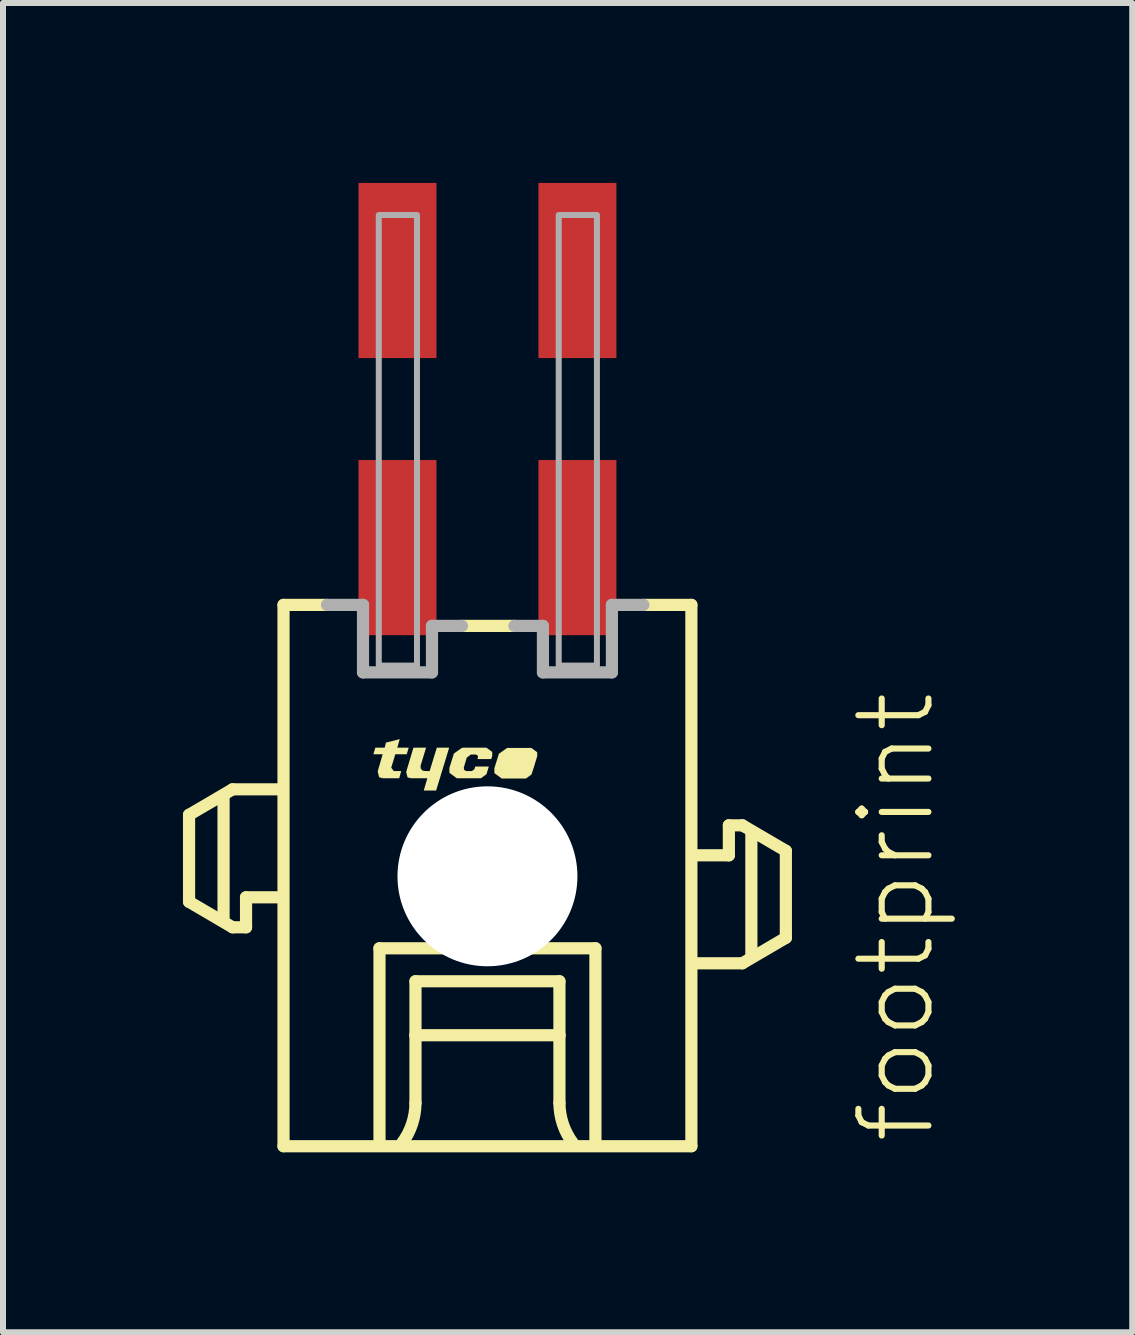
<source format=kicad_pcb>
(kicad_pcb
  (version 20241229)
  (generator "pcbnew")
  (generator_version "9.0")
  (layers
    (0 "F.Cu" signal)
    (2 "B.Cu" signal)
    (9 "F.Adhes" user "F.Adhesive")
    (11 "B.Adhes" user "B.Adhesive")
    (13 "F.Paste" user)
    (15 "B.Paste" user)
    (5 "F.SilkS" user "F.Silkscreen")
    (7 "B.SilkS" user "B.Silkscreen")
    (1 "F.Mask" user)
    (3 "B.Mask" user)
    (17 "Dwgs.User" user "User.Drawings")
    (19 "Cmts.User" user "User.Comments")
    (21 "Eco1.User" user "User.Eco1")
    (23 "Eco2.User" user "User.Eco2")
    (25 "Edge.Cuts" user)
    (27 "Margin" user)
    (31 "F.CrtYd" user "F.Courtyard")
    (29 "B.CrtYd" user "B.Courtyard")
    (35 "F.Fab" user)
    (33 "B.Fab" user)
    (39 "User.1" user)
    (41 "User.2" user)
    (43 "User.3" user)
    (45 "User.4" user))
  (footprint "footprint"
    (layer "F.Cu")
    (at 5.077 11.56)
    (property "Reference" "footprint" (at 7.5 4.5 90) (layer "F.SilkS") (effects (font (size 1.168 1.168) (thickness 0.102)) (justify left bottom)))
    (fp_line (start -4.975 -1.025) (end -4.975 0.425) (stroke (width 0.203) (type solid)) (layer "F.SilkS"))
    (fp_line (start -4.975 0.425) (end -4.25 0.85) (stroke (width 0.203) (type solid)) (layer "F.SilkS"))
    (fp_line (start -4.4 0.7) (end -4.4 -1.3) (stroke (width 0.203) (type solid)) (layer "F.SilkS"))
    (fp_line (start -4.25 -1.45) (end -4.975 -1.025) (stroke (width 0.203) (type solid)) (layer "F.SilkS"))
    (fp_line (start -4.25 0.85) (end -4.025 0.85) (stroke (width 0.203) (type solid)) (layer "F.SilkS"))
    (fp_line (start -4.025 0.35) (end -3.5 0.35) (stroke (width 0.203) (type solid)) (layer "F.SilkS"))
    (fp_line (start -4.025 0.85) (end -4.025 0.35) (stroke (width 0.203) (type solid)) (layer "F.SilkS"))
    (fp_line (start -3.5 -1.45) (end -4.25 -1.45) (stroke (width 0.203) (type solid)) (layer "F.SilkS"))
    (fp_line (start -3.4 -4.525) (end -3.4 4.5) (stroke (width 0.203) (type solid)) (layer "F.SilkS"))
    (fp_line (start -3.4 -4.525) (end -2.675 -4.525) (stroke (width 0.203) (type solid)) (layer "F.SilkS"))
    (fp_line (start -3.4 4.5) (end 3.4 4.5) (stroke (width 0.203) (type solid)) (layer "F.SilkS"))
    (fp_line (start -1.8 1.2) (end 1.8 1.2) (stroke (width 0.203) (type solid)) (layer "F.SilkS"))
    (fp_line (start -1.8 4.4) (end -1.8 1.2) (stroke (width 0.203) (type solid)) (layer "F.SilkS"))
    (fp_line (start -1.2 1.75) (end -1.2 2.65) (stroke (width 0.203) (type solid)) (layer "F.SilkS"))
    (fp_line (start -1.2 2.65) (end -1.2 3.775) (stroke (width 0.203) (type solid)) (layer "F.SilkS"))
    (fp_line (start -1.2 2.65) (end 1.2 2.65) (stroke (width 0.203) (type solid)) (layer "F.SilkS"))
    (fp_line (start 0.45 -4.175) (end -0.425 -4.175) (stroke (width 0.203) (type solid)) (layer "F.SilkS"))
    (fp_line (start 1.2 1.75) (end -1.2 1.75) (stroke (width 0.203) (type solid)) (layer "F.SilkS"))
    (fp_line (start 1.2 2.65) (end 1.2 1.75) (stroke (width 0.203) (type solid)) (layer "F.SilkS"))
    (fp_line (start 1.2 2.65) (end 1.2 3.775) (stroke (width 0.203) (type solid)) (layer "F.SilkS"))
    (fp_line (start 1.8 1.2) (end 1.8 4.4) (stroke (width 0.203) (type solid)) (layer "F.SilkS"))
    (fp_line (start 3.4 -4.525) (end 2.6 -4.525) (stroke (width 0.203) (type solid)) (layer "F.SilkS"))
    (fp_line (start 3.4 4.5) (end 3.4 -4.525) (stroke (width 0.203) (type solid)) (layer "F.SilkS"))
    (fp_line (start 3.5 1.45) (end 4.25 1.45) (stroke (width 0.203) (type solid)) (layer "F.SilkS"))
    (fp_line (start 4.025 -0.85) (end 4.025 -0.35) (stroke (width 0.203) (type solid)) (layer "F.SilkS"))
    (fp_line (start 4.025 -0.35) (end 3.5 -0.35) (stroke (width 0.203) (type solid)) (layer "F.SilkS"))
    (fp_line (start 4.25 -0.85) (end 4.025 -0.85) (stroke (width 0.203) (type solid)) (layer "F.SilkS"))
    (fp_line (start 4.25 1.45) (end 4.975 1.025) (stroke (width 0.203) (type solid)) (layer "F.SilkS"))
    (fp_line (start 4.4 1.3) (end 4.4 -0.7) (stroke (width 0.203) (type solid)) (layer "F.SilkS"))
    (fp_line (start 4.975 -0.425) (end 4.25 -0.85) (stroke (width 0.203) (type solid)) (layer "F.SilkS"))
    (fp_line (start 4.975 1.025) (end 4.975 -0.425) (stroke (width 0.203) (type solid)) (layer "F.SilkS"))
    (fp_arc (start -1.2 3.775) (mid -1.257731 4.130756) (end -1.425 4.449999) (stroke (width 0.2032) (type solid)) (layer "F.SilkS"))
    (fp_arc (start 1.425 4.449999) (mid 1.257732 4.130756) (end 1.2 3.775) (stroke (width 0.2032) (type solid)) (layer "F.SilkS"))
    (fp_poly (pts (xy 0.829 -2.069) (xy 0.83 -2.004) (xy 0.777 -1.83) (xy 0.777 -1.83) (xy 0.775 -1.823) (xy 0.774 -1.82) (xy 0.774 -1.82) (xy 0.734 -1.697) (xy 0.642 -1.63) (xy 0.238 -1.63) (xy 0.116 -1.72) (xy 0.115 -1.801) (xy 0.115 -1.802) (xy 0.191 -2.043) (xy 0.328 -2.14) (xy 0.732 -2.14)) (stroke (width 0) (type solid)) (fill yes) (layer "F.SilkS"))
    (fp_poly (pts (xy -1.115 -1.844) (xy -1.113 -1.799) (xy -1.085 -1.764) (xy -1.039 -1.755) (xy -0.964 -1.755) (xy -0.844 -2.145) (xy -0.638 -2.145) (xy -0.856 -1.43) (xy -1.062 -1.43) (xy -1.002 -1.635) (xy -1.28 -1.635) (xy -1.28 -1.645) (xy -1.285 -1.645) (xy -1.285 -1.64) (xy -1.287 -1.635) (xy -1.333 -1.651) (xy -1.355 -1.74) (xy -1.234 -2.145) (xy -1.023 -2.145)) (stroke (width 0) (type solid)) (fill yes) (layer "F.SilkS"))
    (fp_poly (pts (xy -1.503 -2.145) (xy -1.313 -2.145) (xy -1.346 -2.035) (xy -1.536 -2.035) (xy -1.604 -1.811) (xy -1.562 -1.755) (xy -1.438 -1.755) (xy -1.471 -1.635) (xy -1.75 -1.635) (xy -1.75 -1.645) (xy -1.755 -1.645) (xy -1.755 -1.64) (xy -1.757 -1.635) (xy -1.807 -1.653) (xy -1.83 -1.75) (xy -1.747 -2.035) (xy -1.902 -2.035) (xy -1.869 -2.145) (xy -1.714 -2.145) (xy -1.692 -2.229) (xy -1.463 -2.287)) (stroke (width 0) (type solid)) (fill yes) (layer "F.SilkS"))
    (fp_poly (pts (xy 0.079 -2.074) (xy 0.08 -2.01) (xy 0.08 -2.009) (xy 0.064 -1.955) (xy -0.167 -1.955) (xy -0.16 -1.976) (xy -0.158 -2.001) (xy -0.172 -2.022) (xy -0.196 -2.03) (xy -0.278 -2.03) (xy -0.346 -1.977) (xy -0.395 -1.81) (xy -0.388 -1.772) (xy -0.354 -1.755) (xy -0.262 -1.755) (xy -0.219 -1.783) (xy -0.204 -1.83) (xy 0.022 -1.83) (xy -0.016 -1.702) (xy -0.108 -1.635) (xy -0.512 -1.635) (xy -0.634 -1.725) (xy -0.635 -1.805) (xy -0.635 -1.806) (xy -0.559 -2.048) (xy -0.423 -2.144) (xy -0.42 -2.14) (xy -0.42 -2.135) (xy -0.415 -2.135) (xy -0.415 -2.145) (xy -0.018 -2.145)) (stroke (width 0) (type solid)) (fill yes) (layer "F.SilkS"))
    (fp_line (start -2.075 -4.525) (end -2.675 -4.525) (stroke (width 0.203) (type solid)) (layer "F.Fab"))
    (fp_line (start -2.075 -3.4) (end -2.075 -4.525) (stroke (width 0.203) (type solid)) (layer "F.Fab"))
    (fp_line (start -0.925 -4.175) (end -0.925 -3.4) (stroke (width 0.203) (type solid)) (layer "F.Fab"))
    (fp_line (start -0.925 -3.4) (end -2.075 -3.4) (stroke (width 0.203) (type solid)) (layer "F.Fab"))
    (fp_line (start -0.425 -4.175) (end -0.925 -4.175) (stroke (width 0.203) (type solid)) (layer "F.Fab"))
    (fp_line (start 0.925 -4.175) (end 0.45 -4.175) (stroke (width 0.203) (type solid)) (layer "F.Fab"))
    (fp_line (start 0.925 -3.4) (end 0.925 -4.175) (stroke (width 0.203) (type solid)) (layer "F.Fab"))
    (fp_line (start 2.075 -4.525) (end 2.075 -3.4) (stroke (width 0.203) (type solid)) (layer "F.Fab"))
    (fp_line (start 2.075 -3.4) (end 0.925 -3.4) (stroke (width 0.203) (type solid)) (layer "F.Fab"))
    (fp_line (start 2.6 -4.525) (end 2.075 -4.525) (stroke (width 0.203) (type solid)) (layer "F.Fab"))
    (fp_poly (pts (xy -1.812 -3.513) (xy -1.175 -3.513) (xy -1.175 -11.025) (xy -1.812 -11.025)) (stroke (width 0.1) (type solid)) (fill no) (layer "F.Fab"))
    (fp_poly (pts (xy 1.188 -3.513) (xy 1.825 -3.513) (xy 1.825 -11.025) (xy 1.188 -11.025)) (stroke (width 0.1) (type solid)) (fill no) (layer "F.Fab"))
    (pad "" np_thru_hole circle (at 0 0) (size 3 3) (drill 3) (layers "*.Cu" "*.Mask"))
    (pad "1" smd rect (at 1.5 -10.1) (size 1.3 2.92) (layers "F.Cu" "F.Mask" "F.Paste"))
    (pad "2" smd rect (at 1.5 -5.48) (size 1.3 2.92) (layers "F.Cu" "F.Mask" "F.Paste"))
    (pad "3" smd rect (at -1.5 -10.1) (size 1.3 2.92) (layers "F.Cu" "F.Mask" "F.Paste"))
    (pad "4" smd rect (at -1.5 -5.48) (size 1.3 2.92) (layers "F.Cu" "F.Mask" "F.Paste")))
  (gr_rect
    (start -3 -3)
    (end 15.827 19.162)
    (stroke (width 0.1) (type default))
    (fill no)
    (layer "Edge.Cuts")))
</source>
